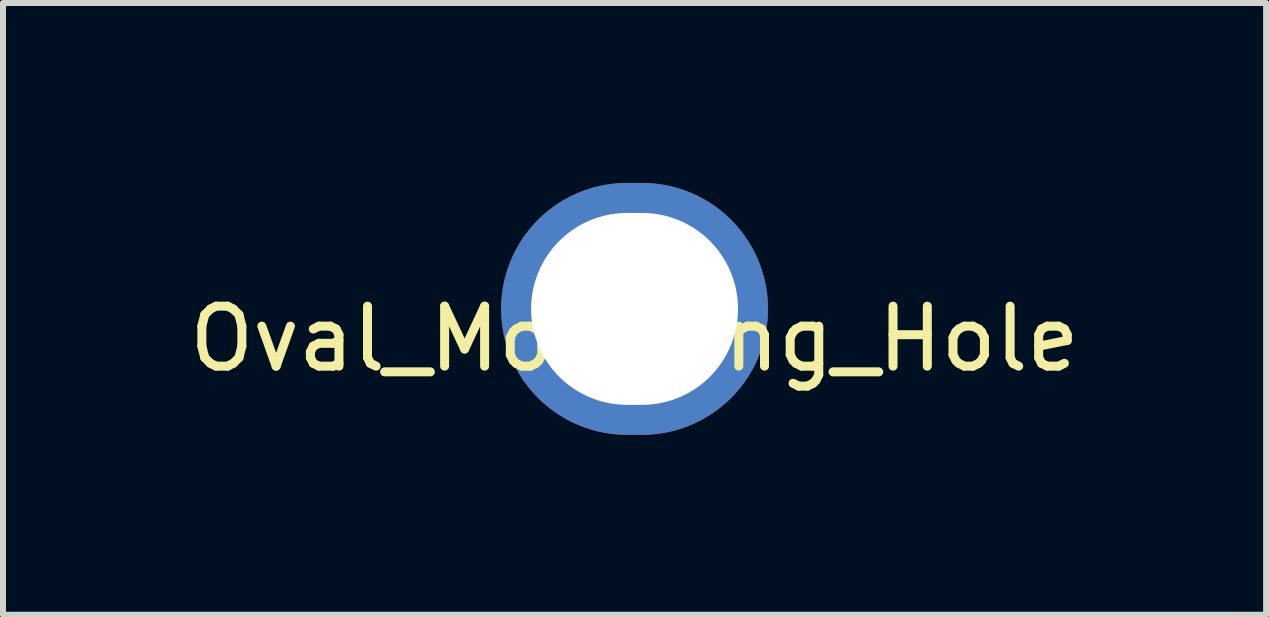
<source format=kicad_pcb>
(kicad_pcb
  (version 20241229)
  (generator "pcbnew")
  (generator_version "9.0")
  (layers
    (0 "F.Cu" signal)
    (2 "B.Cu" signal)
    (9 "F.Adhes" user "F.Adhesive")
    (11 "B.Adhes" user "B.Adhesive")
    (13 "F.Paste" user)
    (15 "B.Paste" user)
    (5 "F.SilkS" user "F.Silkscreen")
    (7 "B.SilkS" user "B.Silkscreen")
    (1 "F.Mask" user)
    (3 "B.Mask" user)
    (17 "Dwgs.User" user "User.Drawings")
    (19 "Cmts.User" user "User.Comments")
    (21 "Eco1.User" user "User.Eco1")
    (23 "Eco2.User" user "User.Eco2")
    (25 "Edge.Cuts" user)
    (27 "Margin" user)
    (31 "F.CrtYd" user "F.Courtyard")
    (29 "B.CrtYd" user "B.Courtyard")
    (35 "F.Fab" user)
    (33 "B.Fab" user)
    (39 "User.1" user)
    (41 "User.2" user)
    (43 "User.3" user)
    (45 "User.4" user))
  (footprint "Oval_Mounting_Hole"
    (layer "F.Cu")
    (at 7.53 2.1)
    (property "Reference" "Oval_Mounting_Hole" (at 0 0.5 0) (layer "F.SilkS") (effects (font (size 1 1) (thickness 0.15))))
    (attr through_hole)
    (pad "1" thru_hole oval (at 0 0) (size 4.45 4.2) (drill oval 3.45 3.2) (layers "*.Cu" "*.Mask")))
  (gr_rect
    (start -3 -3)
    (end 18.06 7.2)
    (stroke (width 0.1) (type default))
    (fill no)
    (layer "Edge.Cuts")))
</source>
